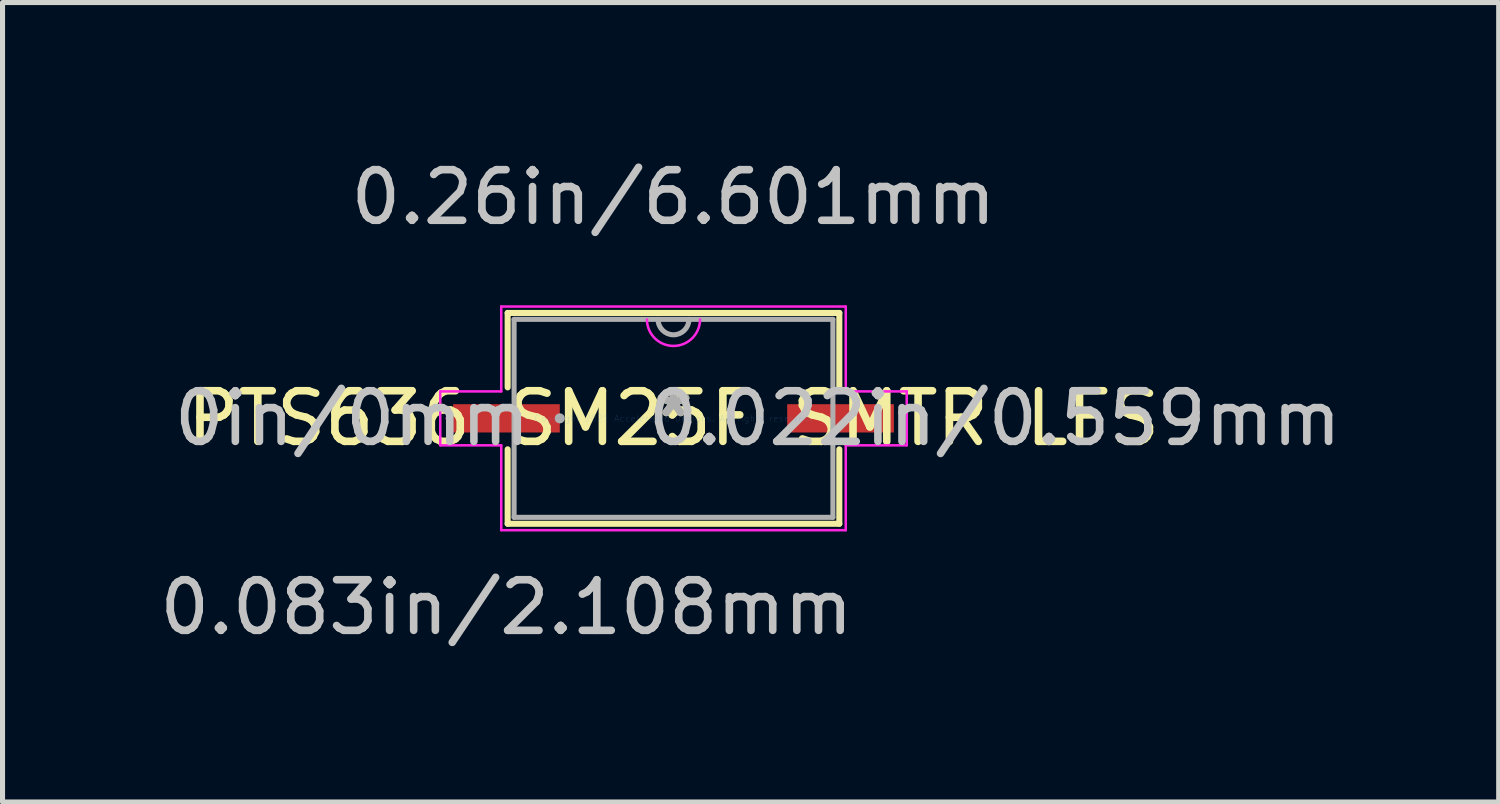
<source format=kicad_pcb>
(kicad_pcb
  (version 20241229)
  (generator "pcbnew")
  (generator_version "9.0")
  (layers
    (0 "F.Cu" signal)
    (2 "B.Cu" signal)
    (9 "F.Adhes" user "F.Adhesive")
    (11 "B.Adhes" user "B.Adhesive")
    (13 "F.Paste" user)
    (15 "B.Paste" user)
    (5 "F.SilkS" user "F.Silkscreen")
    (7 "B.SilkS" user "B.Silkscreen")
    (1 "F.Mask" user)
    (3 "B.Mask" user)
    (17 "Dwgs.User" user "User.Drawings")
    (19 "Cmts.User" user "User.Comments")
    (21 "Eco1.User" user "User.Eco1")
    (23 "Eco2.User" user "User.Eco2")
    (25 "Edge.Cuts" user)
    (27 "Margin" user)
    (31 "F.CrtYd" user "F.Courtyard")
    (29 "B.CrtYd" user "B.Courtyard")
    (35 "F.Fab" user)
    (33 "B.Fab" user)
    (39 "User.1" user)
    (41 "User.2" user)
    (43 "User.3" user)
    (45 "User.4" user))
  (footprint "PTS636 SM25F SMTR LFS"
    (layer "F.Cu")
    (at 10.259 5.217)
    (property "Reference" "PTS636 SM25F SMTR LFS" (at 0 0 0) (layer "F.SilkS") (effects (font (size 1 1) (thickness 0.15))))
    (attr through_hole)
    (fp_line (start -3.277 -2.083) (end -3.277 -0.612) (stroke (width 0.12) (type solid)) (layer "F.SilkS"))
    (fp_line (start -3.277 0.612) (end -3.277 2.083) (stroke (width 0.12) (type solid)) (layer "F.SilkS"))
    (fp_line (start -3.277 2.083) (end 3.277 2.083) (stroke (width 0.12) (type solid)) (layer "F.SilkS"))
    (fp_line (start 3.277 -2.083) (end -3.277 -2.083) (stroke (width 0.12) (type solid)) (layer "F.SilkS"))
    (fp_line (start 3.277 -0.612) (end 3.277 -2.083) (stroke (width 0.12) (type solid)) (layer "F.SilkS"))
    (fp_line (start 3.277 2.083) (end 3.277 0.612) (stroke (width 0.12) (type solid)) (layer "F.SilkS"))
    (fp_line (start -4.609 -0.533) (end -3.404 -0.533) (stroke (width 0.05) (type solid)) (layer "F.CrtYd"))
    (fp_line (start -4.609 0.533) (end -4.609 -0.533) (stroke (width 0.05) (type solid)) (layer "F.CrtYd"))
    (fp_line (start -3.404 -2.21) (end 3.404 -2.21) (stroke (width 0.05) (type solid)) (layer "F.CrtYd"))
    (fp_line (start -3.404 -0.533) (end -3.404 -2.21) (stroke (width 0.05) (type solid)) (layer "F.CrtYd"))
    (fp_line (start -3.404 0.533) (end -4.609 0.533) (stroke (width 0.05) (type solid)) (layer "F.CrtYd"))
    (fp_line (start -3.404 2.21) (end -3.404 0.533) (stroke (width 0.05) (type solid)) (layer "F.CrtYd"))
    (fp_line (start 3.404 -2.21) (end 3.404 -0.533) (stroke (width 0.05) (type solid)) (layer "F.CrtYd"))
    (fp_line (start 3.404 -0.533) (end 4.609 -0.533) (stroke (width 0.05) (type solid)) (layer "F.CrtYd"))
    (fp_line (start 3.404 0.533) (end 3.404 2.21) (stroke (width 0.05) (type solid)) (layer "F.CrtYd"))
    (fp_line (start 3.404 2.21) (end -3.404 2.21) (stroke (width 0.05) (type solid)) (layer "F.CrtYd"))
    (fp_line (start 4.609 -0.533) (end 4.609 0.533) (stroke (width 0.05) (type solid)) (layer "F.CrtYd"))
    (fp_line (start 4.609 0.533) (end 3.404 0.533) (stroke (width 0.05) (type solid)) (layer "F.CrtYd"))
    (fp_arc (start 0.524933 -1.9558) (mid 0 -1.430867) (end -0.524933 -1.9558) (stroke (width 0.05) (type solid)) (layer "F.CrtYd"))
    (fp_circle (center -4.456 0) (end -4.456 0) (stroke (width 0.05) (type solid)) (fill no) (layer "F.CrtYd"))
    (fp_line (start -3.15 -1.956) (end -3.15 1.956) (stroke (width 0.1) (type solid)) (layer "F.Fab"))
    (fp_line (start -3.15 1.956) (end 3.15 1.956) (stroke (width 0.1) (type solid)) (layer "F.Fab"))
    (fp_line (start 3.15 -1.956) (end -3.15 -1.956) (stroke (width 0.1) (type solid)) (layer "F.Fab"))
    (fp_line (start 3.15 1.956) (end 3.15 -1.956) (stroke (width 0.1) (type solid)) (layer "F.Fab"))
    (fp_arc (start 0.3048 -1.9558) (mid 0 -1.651) (end -0.3048 -1.9558) (stroke (width 0.1) (type solid)) (layer "F.Fab"))
    (fp_circle (center -2.247 0) (end -2.247 0) (stroke (width 0.1) (type solid)) (fill no) (layer "F.Fab"))
    (fp_text user "*" (at 0 0 0) (layer "F.SilkS") (effects (font (size 1 1) (thickness 0.15))))
    (fp_text user "0.022in/0.559mm" (at 6.349 0 0) (layer "Dwgs.User") (effects (font (size 1 1) (thickness 0.15))))
    (fp_text user "0.26in/6.601mm" (at 0 -4.369 0) (layer "Dwgs.User") (effects (font (size 1 1) (thickness 0.15))))
    (fp_text user "0.083in/2.108mm" (at -3.301 3.734 0) (layer "Dwgs.User") (effects (font (size 1 1) (thickness 0.15))))
    (fp_text user "0in/0mm" (at -6.349 0 0) (layer "Dwgs.User") (effects (font (size 1 1) (thickness 0.15))))
    (fp_text user "Copyright 2021 Accelerated Designs. All rights reserved." (at 0 0 0) (layer "Cmts.User") (effects (font (size 0.127 0.127) (thickness 0.002))))
    (fp_text user "*" (at 0 0 0) (layer "F.Fab") (effects (font (size 1 1) (thickness 0.15))))
    (pad "1" smd rect (at -3.301 0) (size 2.108 0.559) (layers "F.Cu" "F.Mask" "F.Paste"))
    (pad "2" smd rect (at 3.301 0) (size 2.108 0.559) (layers "F.Cu" "F.Mask" "F.Paste")))
  (gr_rect
    (start -3 -3)
    (end 26.566 12.799)
    (stroke (width 0.1) (type default))
    (fill no)
    (layer "Edge.Cuts")))
</source>
